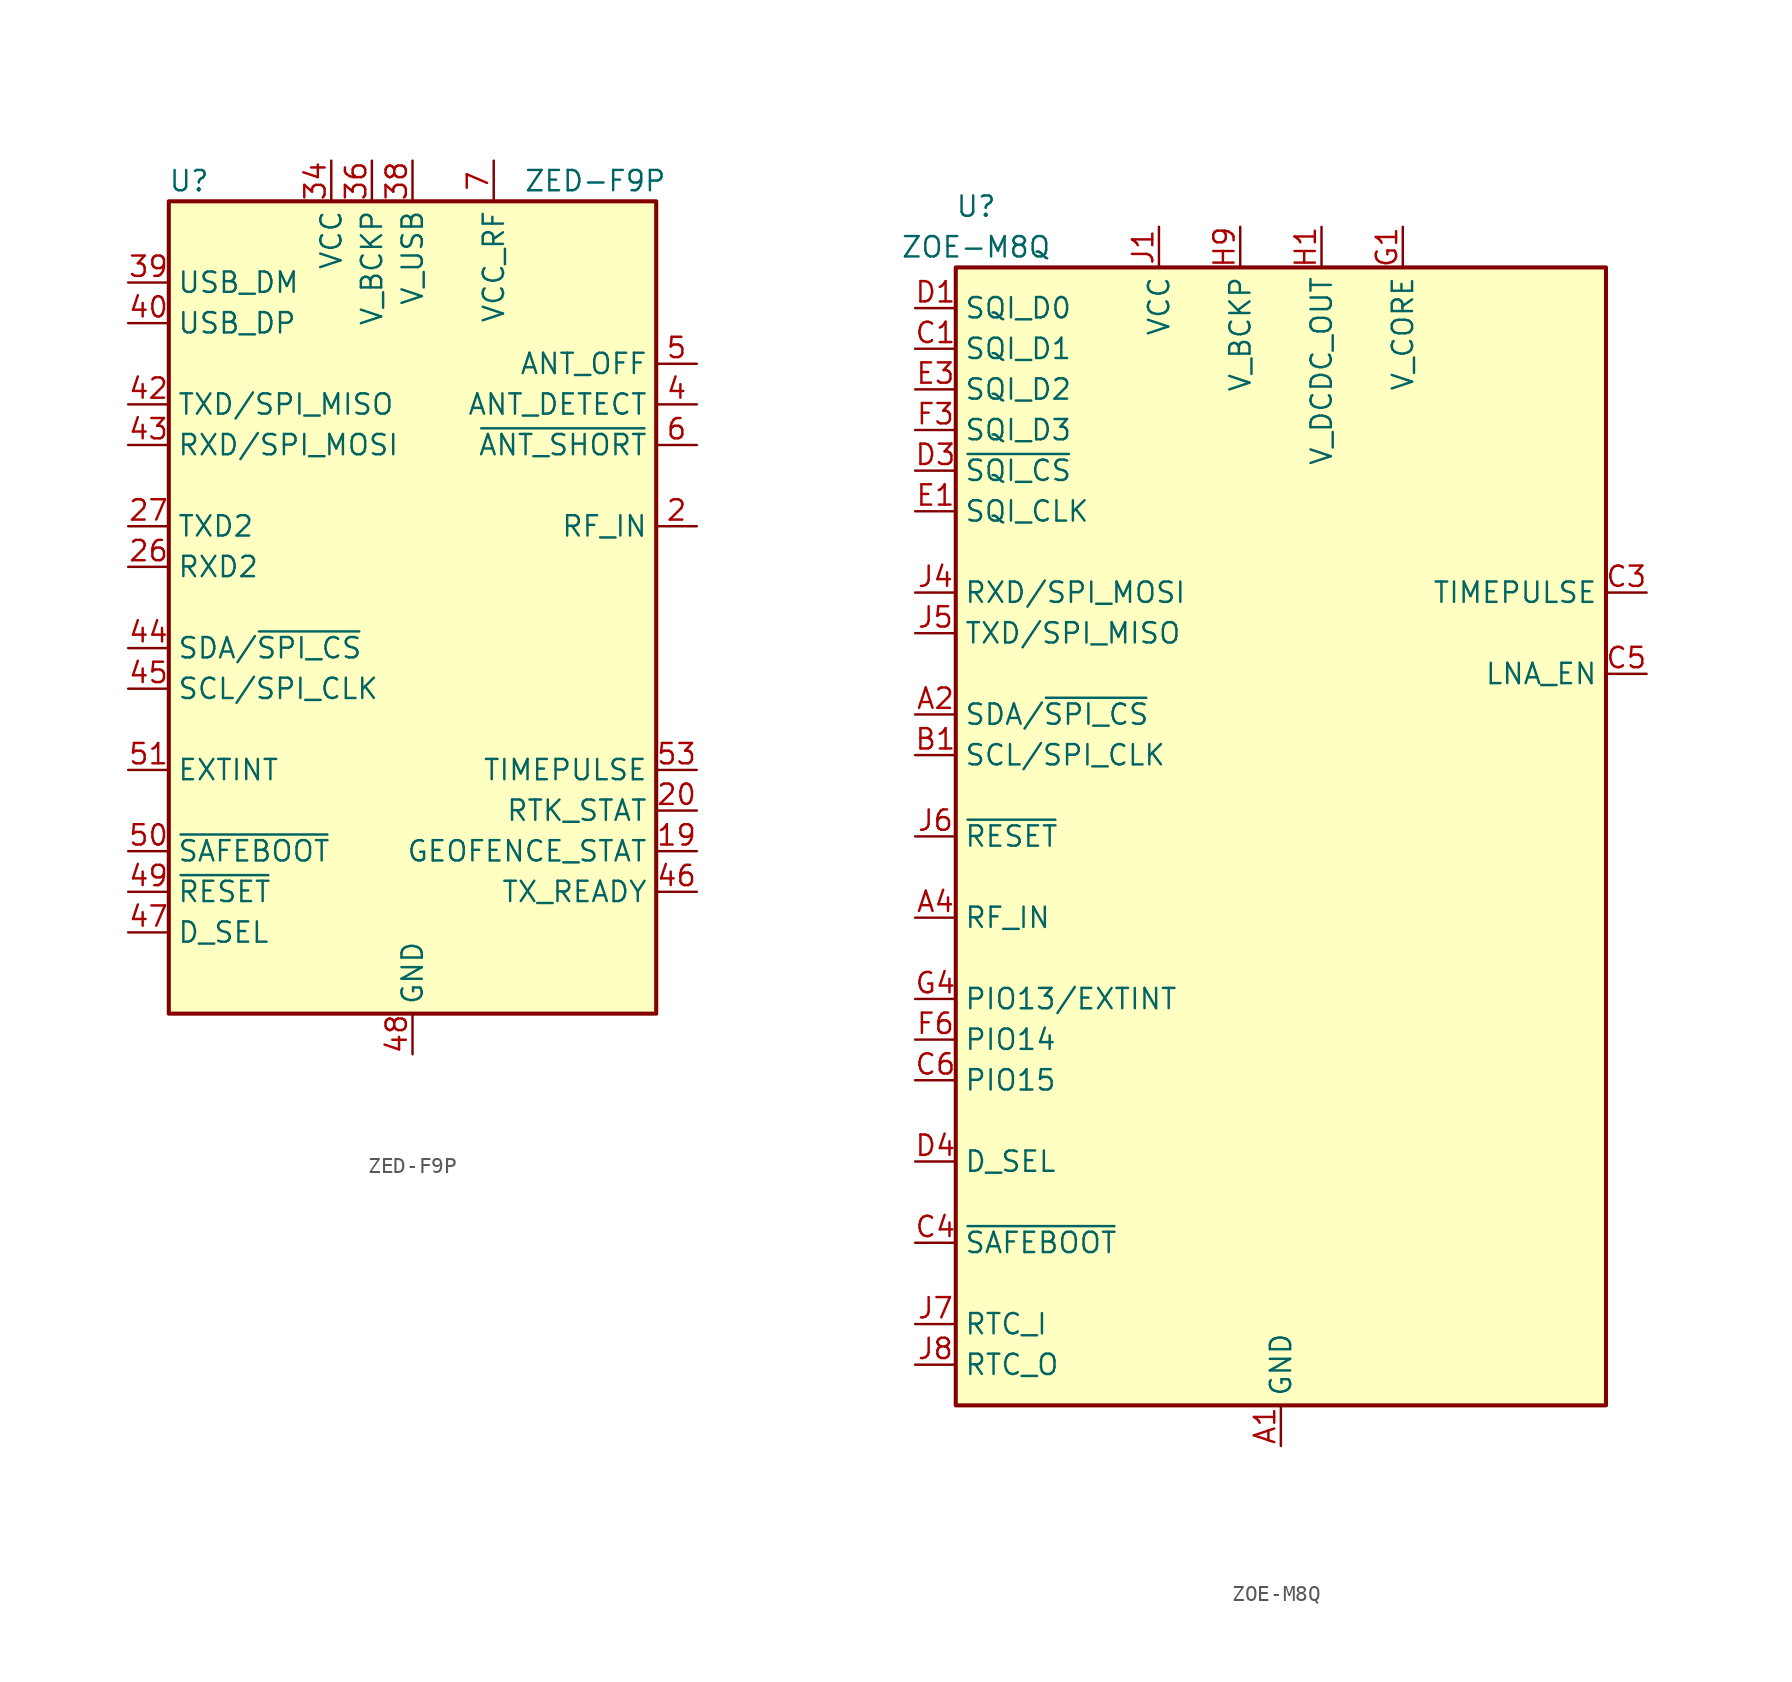
<source format=kicad_sym>
(kicad_symbol_lib
  (version 20241209)
  (generator "kicad_symbol_editor")
  (generator_version "9.0")
  (symbol "ZED-F9P"
    (property "Reference" "U"
      (at -13.97 26.67 0)
      (effects (font (size 1.27 1.27))))
    (property "Value" "ZED-F9P"
      (at 11.43 26.67 0)
      (effects (font (size 1.27 1.27))))
    (symbol "ZED-F9P_0_1"
      (rectangle (start -15.24 25.4) (end 15.24 -25.4) (stroke (width 0.254) (type default)) (fill (type background))))
    (symbol "ZED-F9P_1_1"
      (pin bidirectional line (at -17.78 20.32 0) (length 2.54) (name "USB_DM" (effects (font (size 1.27 1.27)))) (number "39" (effects (font (size 1.27 1.27)))))
      (pin bidirectional line (at -17.78 17.78 0) (length 2.54) (name "USB_DP" (effects (font (size 1.27 1.27)))) (number "40" (effects (font (size 1.27 1.27)))))
      (pin output line (at -17.78 12.7 0) (length 2.54) (name "TXD/SPI_MISO" (effects (font (size 1.27 1.27)))) (number "42" (effects (font (size 1.27 1.27)))))
      (pin input line (at -17.78 10.16 0) (length 2.54) (name "RXD/SPI_MOSI" (effects (font (size 1.27 1.27)))) (number "43" (effects (font (size 1.27 1.27)))))
      (pin output line (at -17.78 5.08 0) (length 2.54) (name "TXD2" (effects (font (size 1.27 1.27)))) (number "27" (effects (font (size 1.27 1.27)))))
      (pin input line (at -17.78 2.54 0) (length 2.54) (name "RXD2" (effects (font (size 1.27 1.27)))) (number "26" (effects (font (size 1.27 1.27)))))
      (pin bidirectional line (at -17.78 -2.54 0) (length 2.54) (name "SDA/~{SPI_CS}" (effects (font (size 1.27 1.27)))) (number "44" (effects (font (size 1.27 1.27)))))
      (pin bidirectional line (at -17.78 -5.08 0) (length 2.54) (name "SCL/SPI_CLK" (effects (font (size 1.27 1.27)))) (number "45" (effects (font (size 1.27 1.27)))))
      (pin input line (at -17.78 -10.16 0) (length 2.54) (name "EXTINT" (effects (font (size 1.27 1.27)))) (number "51" (effects (font (size 1.27 1.27)))))
      (pin input line (at -17.78 -15.24 0) (length 2.54) (name "~{SAFEBOOT}" (effects (font (size 1.27 1.27)))) (number "50" (effects (font (size 1.27 1.27)))))
      (pin input line (at -17.78 -17.78 0) (length 2.54) (name "~{RESET}" (effects (font (size 1.27 1.27)))) (number "49" (effects (font (size 1.27 1.27)))))
      (pin input line (at -17.78 -20.32 0) (length 2.54) (name "D_SEL" (effects (font (size 1.27 1.27)))) (number "47" (effects (font (size 1.27 1.27)))))
      (pin no_connect line (at -15.24 22.86 0) (length 2.54) (hide yes) (name "Reserved" (effects (font (size 1.27 1.27)))) (number "8" (effects (font (size 1.27 1.27)))))
      (pin no_connect line (at -15.24 15.24 0) (length 2.54) (hide yes) (name "Reserved" (effects (font (size 1.27 1.27)))) (number "9" (effects (font (size 1.27 1.27)))))
      (pin no_connect line (at -15.24 7.62 0) (length 2.54) (hide yes) (name "Reserved" (effects (font (size 1.27 1.27)))) (number "10" (effects (font (size 1.27 1.27)))))
      (pin no_connect line (at -15.24 0 0) (length 2.54) (hide yes) (name "Reserved" (effects (font (size 1.27 1.27)))) (number "11" (effects (font (size 1.27 1.27)))))
      (pin no_connect line (at -15.24 -7.62 0) (length 2.54) (hide yes) (name "Reserved" (effects (font (size 1.27 1.27)))) (number "13" (effects (font (size 1.27 1.27)))))
      (pin no_connect line (at -15.24 -12.7 0) (length 2.54) (hide yes) (name "Reserved" (effects (font (size 1.27 1.27)))) (number "15" (effects (font (size 1.27 1.27)))))
      (pin no_connect line (at -7.62 -25.4 90) (length 2.54) (hide yes) (name "Reserved" (effects (font (size 1.27 1.27)))) (number "16" (effects (font (size 1.27 1.27)))))
      (pin passive line (at -5.08 27.94 270) (length 2.54) (hide yes) (name "VCC" (effects (font (size 1.27 1.27)))) (number "33" (effects (font (size 1.27 1.27)))))
      (pin power_in line (at -5.08 27.94 270) (length 2.54) (name "VCC" (effects (font (size 1.27 1.27)))) (number "34" (effects (font (size 1.27 1.27)))))
      (pin no_connect line (at -5.08 -25.4 90) (length 2.54) (hide yes) (name "Reserved" (effects (font (size 1.27 1.27)))) (number "17" (effects (font (size 1.27 1.27)))))
      (pin power_in line (at -2.54 27.94 270) (length 2.54) (name "V_BCKP" (effects (font (size 1.27 1.27)))) (number "36" (effects (font (size 1.27 1.27)))))
      (pin no_connect line (at -2.54 -25.4 90) (length 2.54) (hide yes) (name "Reserved" (effects (font (size 1.27 1.27)))) (number "18" (effects (font (size 1.27 1.27)))))
      (pin power_in line (at 0 27.94 270) (length 2.54) (name "V_USB" (effects (font (size 1.27 1.27)))) (number "38" (effects (font (size 1.27 1.27)))))
      (pin passive line (at 0 -27.94 90) (length 2.54) (hide yes) (name "GND" (effects (font (size 1.27 1.27)))) (number "1" (effects (font (size 1.27 1.27)))))
      (pin passive line (at 0 -27.94 90) (length 2.54) (hide yes) (name "GND" (effects (font (size 1.27 1.27)))) (number "12" (effects (font (size 1.27 1.27)))))
      (pin passive line (at 0 -27.94 90) (length 2.54) (hide yes) (name "GND" (effects (font (size 1.27 1.27)))) (number "14" (effects (font (size 1.27 1.27)))))
      (pin passive line (at 0 -27.94 90) (length 2.54) (hide yes) (name "GND" (effects (font (size 1.27 1.27)))) (number "3" (effects (font (size 1.27 1.27)))))
      (pin passive line (at 0 -27.94 90) (length 2.54) (hide yes) (name "GND" (effects (font (size 1.27 1.27)))) (number "32" (effects (font (size 1.27 1.27)))))
      (pin passive line (at 0 -27.94 90) (length 2.54) (hide yes) (name "GND" (effects (font (size 1.27 1.27)))) (number "37" (effects (font (size 1.27 1.27)))))
      (pin passive line (at 0 -27.94 90) (length 2.54) (hide yes) (name "GND" (effects (font (size 1.27 1.27)))) (number "41" (effects (font (size 1.27 1.27)))))
      (pin power_in line (at 0 -27.94 90) (length 2.54) (name "GND" (effects (font (size 1.27 1.27)))) (number "48" (effects (font (size 1.27 1.27)))))
      (pin passive line (at 0 -27.94 90) (length 2.54) (hide yes) (name "GND" (effects (font (size 1.27 1.27)))) (number "55" (effects (font (size 1.27 1.27)))))
      (pin no_connect line (at 2.54 -25.4 90) (length 2.54) (hide yes) (name "Reserved" (effects (font (size 1.27 1.27)))) (number "21" (effects (font (size 1.27 1.27)))))
      (pin power_out line (at 5.08 27.94 270) (length 2.54) (name "VCC_RF" (effects (font (size 1.27 1.27)))) (number "7" (effects (font (size 1.27 1.27)))))
      (pin no_connect line (at 5.08 -25.4 90) (length 2.54) (hide yes) (name "Reserved" (effects (font (size 1.27 1.27)))) (number "22" (effects (font (size 1.27 1.27)))))
      (pin no_connect line (at 7.62 -25.4 90) (length 2.54) (hide yes) (name "Reserved" (effects (font (size 1.27 1.27)))) (number "23" (effects (font (size 1.27 1.27)))))
      (pin no_connect line (at 15.24 22.86 180) (length 2.54) (hide yes) (name "Reserved" (effects (font (size 1.27 1.27)))) (number "54" (effects (font (size 1.27 1.27)))))
      (pin no_connect line (at 15.24 20.32 180) (length 2.54) (hide yes) (name "Reserved" (effects (font (size 1.27 1.27)))) (number "52" (effects (font (size 1.27 1.27)))))
      (pin no_connect line (at 15.24 17.78 180) (length 2.54) (hide yes) (name "Reserved" (effects (font (size 1.27 1.27)))) (number "35" (effects (font (size 1.27 1.27)))))
      (pin no_connect line (at 15.24 7.62 180) (length 2.54) (hide yes) (name "Reserved" (effects (font (size 1.27 1.27)))) (number "31" (effects (font (size 1.27 1.27)))))
      (pin no_connect line (at 15.24 2.54 180) (length 2.54) (hide yes) (name "Reserved" (effects (font (size 1.27 1.27)))) (number "30" (effects (font (size 1.27 1.27)))))
      (pin no_connect line (at 15.24 0 180) (length 2.54) (hide yes) (name "Reserved" (effects (font (size 1.27 1.27)))) (number "29" (effects (font (size 1.27 1.27)))))
      (pin no_connect line (at 15.24 -2.54 180) (length 2.54) (hide yes) (name "Reserved" (effects (font (size 1.27 1.27)))) (number "28" (effects (font (size 1.27 1.27)))))
      (pin no_connect line (at 15.24 -5.08 180) (length 2.54) (hide yes) (name "Reserved" (effects (font (size 1.27 1.27)))) (number "25" (effects (font (size 1.27 1.27)))))
      (pin no_connect line (at 15.24 -7.62 180) (length 2.54) (hide yes) (name "Reserved" (effects (font (size 1.27 1.27)))) (number "24" (effects (font (size 1.27 1.27)))))
      (pin output line (at 17.78 15.24 180) (length 2.54) (name "ANT_OFF" (effects (font (size 1.27 1.27)))) (number "5" (effects (font (size 1.27 1.27)))))
      (pin input line (at 17.78 12.7 180) (length 2.54) (name "ANT_DETECT" (effects (font (size 1.27 1.27)))) (number "4" (effects (font (size 1.27 1.27)))))
      (pin input line (at 17.78 10.16 180) (length 2.54) (name "~{ANT_SHORT}" (effects (font (size 1.27 1.27)))) (number "6" (effects (font (size 1.27 1.27)))))
      (pin input line (at 17.78 5.08 180) (length 2.54) (name "RF_IN" (effects (font (size 1.27 1.27)))) (number "2" (effects (font (size 1.27 1.27)))))
      (pin output line (at 17.78 -10.16 180) (length 2.54) (name "TIMEPULSE" (effects (font (size 1.27 1.27)))) (number "53" (effects (font (size 1.27 1.27)))))
      (pin output line (at 17.78 -12.7 180) (length 2.54) (name "RTK_STAT" (effects (font (size 1.27 1.27)))) (number "20" (effects (font (size 1.27 1.27)))))
      (pin output line (at 17.78 -15.24 180) (length 2.54) (name "GEOFENCE_STAT" (effects (font (size 1.27 1.27)))) (number "19" (effects (font (size 1.27 1.27)))))
      (pin output line (at 17.78 -17.78 180) (length 2.54) (name "TX_READY" (effects (font (size 1.27 1.27)))) (number "46" (effects (font (size 1.27 1.27)))))))
  (symbol "ZOE-M8Q"
    (property "Reference" "U"
      (at -19.05 39.37 0)
      (effects (font (size 1.27 1.27))))
    (property "Value" "ZOE-M8Q"
      (at -19.05 36.83 0)
      (effects (font (size 1.27 1.27))))
    (symbol "ZOE-M8Q_1_1"
      (rectangle (start -20.32 35.56) (end 20.32 -35.56) (stroke (width 0.254) (type default)) (fill (type background)))
      (pin bidirectional line (at -22.86 33.02 0) (length 2.54) (name "SQI_D0" (effects (font (size 1.27 1.27)))) (number "D1" (effects (font (size 1.27 1.27)))))
      (pin input line (at -22.86 30.48 0) (length 2.54) (name "SQI_D1" (effects (font (size 1.27 1.27)))) (number "C1" (effects (font (size 1.27 1.27)))))
      (pin bidirectional line (at -22.86 27.94 0) (length 2.54) (name "SQI_D2" (effects (font (size 1.27 1.27)))) (number "E3" (effects (font (size 1.27 1.27)))))
      (pin bidirectional line (at -22.86 25.4 0) (length 2.54) (name "SQI_D3" (effects (font (size 1.27 1.27)))) (number "F3" (effects (font (size 1.27 1.27)))))
      (pin bidirectional line (at -22.86 22.86 0) (length 2.54) (name "~{SQI_CS}" (effects (font (size 1.27 1.27)))) (number "D3" (effects (font (size 1.27 1.27)))))
      (pin bidirectional line (at -22.86 20.32 0) (length 2.54) (name "SQI_CLK" (effects (font (size 1.27 1.27)))) (number "E1" (effects (font (size 1.27 1.27)))))
      (pin input line (at -22.86 15.24 0) (length 2.54) (name "RXD/SPI_MOSI" (effects (font (size 1.27 1.27)))) (number "J4" (effects (font (size 1.27 1.27)))))
      (pin output line (at -22.86 12.7 0) (length 2.54) (name "TXD/SPI_MISO" (effects (font (size 1.27 1.27)))) (number "J5" (effects (font (size 1.27 1.27)))))
      (pin bidirectional line (at -22.86 7.62 0) (length 2.54) (name "SDA/~{SPI_CS}" (effects (font (size 1.27 1.27)))) (number "A2" (effects (font (size 1.27 1.27)))))
      (pin input line (at -22.86 5.08 0) (length 2.54) (name "SCL/SPI_CLK" (effects (font (size 1.27 1.27)))) (number "B1" (effects (font (size 1.27 1.27)))))
      (pin input line (at -22.86 0 0) (length 2.54) (name "~{RESET}" (effects (font (size 1.27 1.27)))) (number "J6" (effects (font (size 1.27 1.27)))))
      (pin input line (at -22.86 -5.08 0) (length 2.54) (name "RF_IN" (effects (font (size 1.27 1.27)))) (number "A4" (effects (font (size 1.27 1.27)))))
      (pin input line (at -22.86 -10.16 0) (length 2.54) (name "PIO13/EXTINT" (effects (font (size 1.27 1.27)))) (number "G4" (effects (font (size 1.27 1.27)))))
      (pin bidirectional line (at -22.86 -12.7 0) (length 2.54) (name "PIO14" (effects (font (size 1.27 1.27)))) (number "F6" (effects (font (size 1.27 1.27)))))
      (pin bidirectional line (at -22.86 -15.24 0) (length 2.54) (name "PIO15" (effects (font (size 1.27 1.27)))) (number "C6" (effects (font (size 1.27 1.27)))))
      (pin input line (at -22.86 -20.32 0) (length 2.54) (name "D_SEL" (effects (font (size 1.27 1.27)))) (number "D4" (effects (font (size 1.27 1.27)))))
      (pin input line (at -22.86 -25.4 0) (length 2.54) (name "~{SAFEBOOT}" (effects (font (size 1.27 1.27)))) (number "C4" (effects (font (size 1.27 1.27)))))
      (pin input line (at -22.86 -30.48 0) (length 2.54) (name "RTC_I" (effects (font (size 1.27 1.27)))) (number "J7" (effects (font (size 1.27 1.27)))))
      (pin output line (at -22.86 -33.02 0) (length 2.54) (name "RTC_O" (effects (font (size 1.27 1.27)))) (number "J8" (effects (font (size 1.27 1.27)))))
      (pin power_in line (at -7.62 38.1 270) (length 2.54) (name "VCC" (effects (font (size 1.27 1.27)))) (number "J1" (effects (font (size 1.27 1.27)))))
      (pin passive line (at -7.62 38.1 270) (length 2.54) (hide yes) (name "VCC" (effects (font (size 1.27 1.27)))) (number "J2" (effects (font (size 1.27 1.27)))))
      (pin power_in line (at -2.54 38.1 270) (length 2.54) (name "V_BCKP" (effects (font (size 1.27 1.27)))) (number "H9" (effects (font (size 1.27 1.27)))))
      (pin power_in line (at 0 -38.1 90) (length 2.54) (name "GND" (effects (font (size 1.27 1.27)))) (number "A1" (effects (font (size 1.27 1.27)))))
      (pin passive line (at 0 -38.1 90) (length 2.54) (hide yes) (name "GND" (effects (font (size 1.27 1.27)))) (number "A3" (effects (font (size 1.27 1.27)))))
      (pin passive line (at 0 -38.1 90) (length 2.54) (hide yes) (name "GND" (effects (font (size 1.27 1.27)))) (number "A5" (effects (font (size 1.27 1.27)))))
      (pin passive line (at 0 -38.1 90) (length 2.54) (hide yes) (name "GND" (effects (font (size 1.27 1.27)))) (number "A7" (effects (font (size 1.27 1.27)))))
      (pin passive line (at 0 -38.1 90) (length 2.54) (hide yes) (name "GND" (effects (font (size 1.27 1.27)))) (number "A8" (effects (font (size 1.27 1.27)))))
      (pin passive line (at 0 -38.1 90) (length 2.54) (hide yes) (name "GND" (effects (font (size 1.27 1.27)))) (number "A9" (effects (font (size 1.27 1.27)))))
      (pin passive line (at 0 -38.1 90) (length 2.54) (hide yes) (name "GND" (effects (font (size 1.27 1.27)))) (number "B9" (effects (font (size 1.27 1.27)))))
      (pin passive line (at 0 -38.1 90) (length 2.54) (hide yes) (name "GND" (effects (font (size 1.27 1.27)))) (number "C7" (effects (font (size 1.27 1.27)))))
      (pin passive line (at 0 -38.1 90) (length 2.54) (hide yes) (name "GND" (effects (font (size 1.27 1.27)))) (number "C9" (effects (font (size 1.27 1.27)))))
      (pin passive line (at 0 -38.1 90) (length 2.54) (hide yes) (name "GND" (effects (font (size 1.27 1.27)))) (number "D6" (effects (font (size 1.27 1.27)))))
      (pin passive line (at 0 -38.1 90) (length 2.54) (hide yes) (name "GND" (effects (font (size 1.27 1.27)))) (number "D9" (effects (font (size 1.27 1.27)))))
      (pin passive line (at 0 -38.1 90) (length 2.54) (hide yes) (name "GND" (effects (font (size 1.27 1.27)))) (number "E7" (effects (font (size 1.27 1.27)))))
      (pin passive line (at 0 -38.1 90) (length 2.54) (hide yes) (name "GND" (effects (font (size 1.27 1.27)))) (number "F7" (effects (font (size 1.27 1.27)))))
      (pin passive line (at 0 -38.1 90) (length 2.54) (hide yes) (name "GND" (effects (font (size 1.27 1.27)))) (number "G3" (effects (font (size 1.27 1.27)))))
      (pin passive line (at 0 -38.1 90) (length 2.54) (hide yes) (name "GND" (effects (font (size 1.27 1.27)))) (number "G6" (effects (font (size 1.27 1.27)))))
      (pin passive line (at 0 -38.1 90) (length 2.54) (hide yes) (name "GND" (effects (font (size 1.27 1.27)))) (number "G7" (effects (font (size 1.27 1.27)))))
      (pin passive line (at 0 -38.1 90) (length 2.54) (hide yes) (name "GND" (effects (font (size 1.27 1.27)))) (number "J3" (effects (font (size 1.27 1.27)))))
      (pin passive line (at 0 -38.1 90) (length 2.54) (hide yes) (name "GND" (effects (font (size 1.27 1.27)))) (number "J9" (effects (font (size 1.27 1.27)))))
      (pin power_out line (at 2.54 38.1 270) (length 2.54) (name "V_DCDC_OUT" (effects (font (size 1.27 1.27)))) (number "H1" (effects (font (size 1.27 1.27)))))
      (pin power_in line (at 7.62 38.1 270) (length 2.54) (name "V_CORE" (effects (font (size 1.27 1.27)))) (number "G1" (effects (font (size 1.27 1.27)))))
      (pin no_connect line (at 20.32 0 180) (length 2.54) (hide yes) (name "Reserved" (effects (font (size 1.27 1.27)))) (number "A6" (effects (font (size 1.27 1.27)))))
      (pin no_connect line (at 20.32 -5.08 180) (length 2.54) (hide yes) (name "Reserved" (effects (font (size 1.27 1.27)))) (number "E9" (effects (font (size 1.27 1.27)))))
      (pin no_connect line (at 20.32 -10.16 180) (length 2.54) (hide yes) (name "Reserved" (effects (font (size 1.27 1.27)))) (number "F1" (effects (font (size 1.27 1.27)))))
      (pin no_connect line (at 20.32 -15.24 180) (length 2.54) (hide yes) (name "Reserved" (effects (font (size 1.27 1.27)))) (number "F4" (effects (font (size 1.27 1.27)))))
      (pin no_connect line (at 20.32 -20.32 180) (length 2.54) (hide yes) (name "Reserved" (effects (font (size 1.27 1.27)))) (number "F9" (effects (font (size 1.27 1.27)))))
      (pin no_connect line (at 20.32 -25.4 180) (length 2.54) (hide yes) (name "Reserved" (effects (font (size 1.27 1.27)))) (number "G5" (effects (font (size 1.27 1.27)))))
      (pin no_connect line (at 20.32 -30.48 180) (length 2.54) (hide yes) (name "Reserved" (effects (font (size 1.27 1.27)))) (number "G9" (effects (font (size 1.27 1.27)))))
      (pin output line (at 22.86 15.24 180) (length 2.54) (name "TIMEPULSE" (effects (font (size 1.27 1.27)))) (number "C3" (effects (font (size 1.27 1.27)))))
      (pin output line (at 22.86 10.16 180) (length 2.54) (name "LNA_EN" (effects (font (size 1.27 1.27)))) (number "C5" (effects (font (size 1.27 1.27))))))))
</source>
